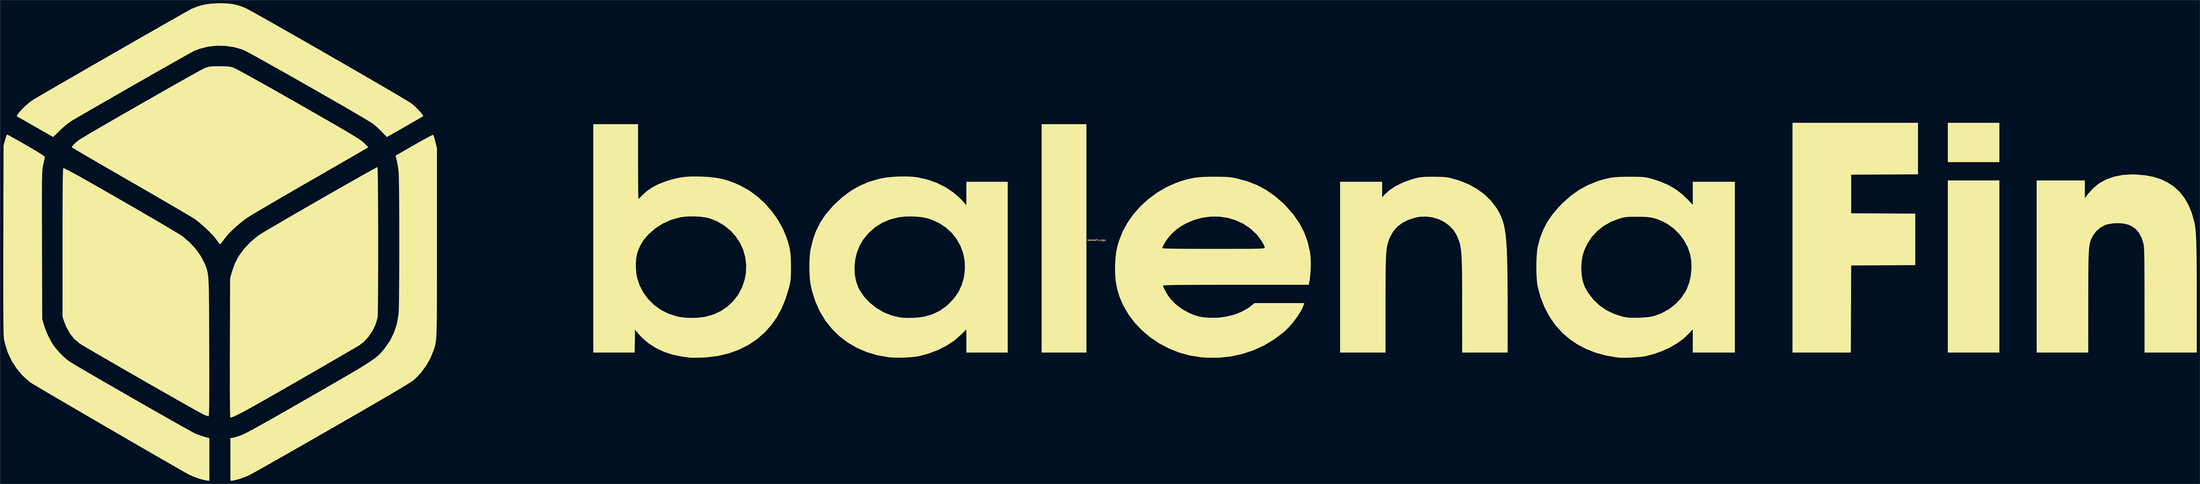
<source format=kicad_pcb>
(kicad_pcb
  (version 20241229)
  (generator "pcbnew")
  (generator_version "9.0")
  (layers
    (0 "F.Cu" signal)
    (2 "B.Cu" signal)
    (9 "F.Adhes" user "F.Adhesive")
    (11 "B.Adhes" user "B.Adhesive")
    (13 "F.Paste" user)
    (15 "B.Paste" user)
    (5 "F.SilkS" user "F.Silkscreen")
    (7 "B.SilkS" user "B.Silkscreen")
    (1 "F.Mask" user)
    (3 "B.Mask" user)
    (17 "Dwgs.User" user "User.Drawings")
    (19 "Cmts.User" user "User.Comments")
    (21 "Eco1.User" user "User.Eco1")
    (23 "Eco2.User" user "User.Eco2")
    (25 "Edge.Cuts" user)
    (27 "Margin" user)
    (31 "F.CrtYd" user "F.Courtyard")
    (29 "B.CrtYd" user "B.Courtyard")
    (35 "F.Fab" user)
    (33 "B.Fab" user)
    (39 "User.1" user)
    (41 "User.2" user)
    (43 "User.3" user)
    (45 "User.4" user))
  (footprint "balenaFin_logo"
    (layer "F.Cu")
    (at 1023.554 221.879)
    (property "Reference" "balenaFin_logo" (at 0 0 0) (layer "F.SilkS") (effects (font (size 1.524 1.524) (thickness 0.3))))
    (attr through_hole)
    (fp_poly (pts (xy -9.525 105.41) (xy -51.435 105.41) (xy -51.435 -108.585) (xy -9.525 -108.585) (xy -9.525 105.41)) (stroke (width 0.01) (type solid)) (fill yes) (layer "F.SilkS"))
    (fp_poly (pts (xy 845.185 -73.025) (xy 796.925 -73.025) (xy 796.925 -109.855) (xy 845.185 -109.855) (xy 845.185 -73.025)) (stroke (width 0.01) (type solid)) (fill yes) (layer "F.SilkS"))
    (fp_poly (pts (xy 845.185 105.41) (xy 796.925 105.41) (xy 796.925 -55.88) (xy 845.185 -55.88) (xy 845.185 105.41)) (stroke (width 0.01) (type solid)) (fill yes) (layer "F.SilkS"))
    (fp_poly (pts (xy 768.985 -61.607) (xy 706.438 -61.278) (xy 706.438 -25.082) (xy 736.441 -24.918) (xy 766.445 -24.753) (xy 766.445 23.483) (xy 706.438 23.812) (xy 706.111 105.41) (xy 651.51 105.41) (xy 651.51 -109.855) (xy 768.985 -109.855) (xy 768.985 -61.607)) (stroke (width 0.01) (type solid)) (fill yes) (layer "F.SilkS"))
    (fp_poly (pts (xy 973.773 -61.381) (xy 982.139 -60.606) (xy 989.569 -59.182) (xy 996.25 -57.046) (xy 1002.372 -54.136) (xy 1008.124 -50.391) (xy 1008.718 -49.944) (xy 1013.882 -45.229) (xy 1018.411 -39.482) (xy 1022.25 -32.801) (xy 1025.346 -25.282) (xy 1027.644 -17.023) (xy 1028.013 -15.24) (xy 1028.357 -13.277) (xy 1028.66 -11.077) (xy 1028.925 -8.554) (xy 1029.153 -5.623) (xy 1029.347 -2.198) (xy 1029.509 1.806) (xy 1029.643 6.474) (xy 1029.749 11.893) (xy 1029.831 18.147) (xy 1029.892 25.322) (xy 1029.932 33.504) (xy 1029.956 42.778) (xy 1029.964 53.229) (xy 1029.965 54.134) (xy 1029.97 105.41) (xy 981.075 105.41) (xy 981.064 56.674) (xy 981.058 47.256) (xy 981.044 39.025) (xy 981.019 31.897) (xy 980.984 25.787) (xy 980.936 20.613) (xy 980.873 16.29) (xy 980.795 12.735) (xy 980.7 9.864) (xy 980.587 7.594) (xy 980.454 5.84) (xy 980.299 4.52) (xy 980.155 3.7) (xy 978.439 -2.008) (xy 975.924 -6.755) (xy 972.623 -10.524) (xy 968.553 -13.295) (xy 965.097 -14.68) (xy 960.897 -15.537) (xy 956.113 -15.839) (xy 951.222 -15.601) (xy 946.701 -14.837) (xy 944.117 -14.039) (xy 939.853 -11.746) (xy 936.055 -8.469) (xy 933.017 -4.481) (xy 932.165 -2.924) (xy 931.5 -1.537) (xy 930.918 -0.197) (xy 930.415 1.189) (xy 929.984 2.712) (xy 929.619 4.464) (xy 929.315 6.536) (xy 929.067 9.021) (xy 928.868 12.01) (xy 928.714 15.595) (xy 928.597 19.867) (xy 928.514 24.918) (xy 928.457 30.839) (xy 928.422 37.724) (xy 928.403 45.662) (xy 928.394 54.746) (xy 928.392 58.261) (xy 928.37 105.41) (xy 880.11 105.41) (xy 880.11 -55.88) (xy 925.195 -55.88) (xy 925.195 -39.244) (xy 928.13 -43.149) (xy 933.075 -48.702) (xy 938.808 -53.269) (xy 945.309 -56.841) (xy 952.554 -59.409) (xy 960.523 -60.965) (xy 969.193 -61.499) (xy 973.773 -61.381)) (stroke (width 0.01) (type solid)) (fill yes) (layer "F.SilkS"))
    (fp_poly (pts (xy 320.266 -59.276) (xy 324.693 -59.096) (xy 328.101 -58.795) (xy 329.882 -58.501) (xy 339.423 -55.833) (xy 348.175 -52.306) (xy 356.084 -47.954) (xy 363.095 -42.817) (xy 369.154 -36.93) (xy 374.206 -30.331) (xy 376.221 -26.988) (xy 377.55 -24.472) (xy 378.736 -21.927) (xy 379.788 -19.27) (xy 380.713 -16.417) (xy 381.52 -13.287) (xy 382.216 -9.797) (xy 382.808 -5.864) (xy 383.306 -1.406) (xy 383.716 3.66) (xy 384.046 9.416) (xy 384.305 15.944) (xy 384.5 23.328) (xy 384.639 31.65) (xy 384.73 40.992) (xy 384.78 51.437) (xy 384.798 63.067) (xy 384.798 63.341) (xy 384.81 105.41) (xy 342.265 105.41) (xy 342.252 60.801) (xy 342.245 51.176) (xy 342.223 42.723) (xy 342.179 35.348) (xy 342.105 28.952) (xy 341.994 23.44) (xy 341.838 18.715) (xy 341.63 14.679) (xy 341.362 11.237) (xy 341.027 8.292) (xy 340.616 5.747) (xy 340.122 3.505) (xy 339.538 1.47) (xy 338.856 -0.455) (xy 338.069 -2.366) (xy 337.169 -4.36) (xy 337.129 -4.445) (xy 334.222 -9.246) (xy 330.354 -13.395) (xy 325.698 -16.821) (xy 320.424 -19.448) (xy 314.704 -21.204) (xy 308.708 -22.015) (xy 302.608 -21.808) (xy 298.432 -21.035) (xy 291.765 -18.889) (xy 286.121 -16.033) (xy 281.437 -12.415) (xy 277.646 -7.979) (xy 274.686 -2.671) (xy 273.748 -0.367) (xy 273.163 1.281) (xy 272.652 2.929) (xy 272.212 4.671) (xy 271.836 6.602) (xy 271.519 8.819) (xy 271.257 11.417) (xy 271.045 14.491) (xy 270.876 18.137) (xy 270.747 22.45) (xy 270.653 27.525) (xy 270.587 33.459) (xy 270.546 40.346) (xy 270.523 48.282) (xy 270.514 57.362) (xy 270.514 60.484) (xy 270.51 105.41) (xy 227.965 105.41) (xy 227.965 -54.61) (xy 267.335 -54.61) (xy 267.335 -40.033) (xy 269.975 -42.898) (xy 274.268 -46.778) (xy 279.661 -50.353) (xy 286.003 -53.544) (xy 293.146 -56.271) (xy 297.768 -57.655) (xy 300.172 -58.272) (xy 302.31 -58.715) (xy 304.478 -59.013) (xy 306.974 -59.195) (xy 310.094 -59.289) (xy 314.135 -59.326) (xy 314.96 -59.328) (xy 320.266 -59.276)) (stroke (width 0.01) (type solid)) (fill yes) (layer "F.SilkS"))
    (fp_poly (pts (xy -673.234 -68.291) (xy -673.14 -67.576) (xy -673.054 -65.689) (xy -672.974 -62.732) (xy -672.901 -58.802) (xy -672.835 -53.999) (xy -672.776 -48.423) (xy -672.724 -42.172) (xy -672.68 -35.345) (xy -672.642 -28.043) (xy -672.613 -20.364) (xy -672.59 -12.408) (xy -672.576 -4.273) (xy -672.569 3.94) (xy -672.569 12.133) (xy -672.577 20.207) (xy -672.594 28.061) (xy -672.618 35.598) (xy -672.65 42.717) (xy -672.69 49.32) (xy -672.738 55.307) (xy -672.794 60.579) (xy -672.859 65.036) (xy -672.932 68.58) (xy -673.014 71.111) (xy -673.104 72.53) (xy -673.129 72.707) (xy -674.928 78.967) (xy -677.807 85.012) (xy -681.599 90.583) (xy -686.132 95.418) (xy -689.87 98.374) (xy -690.78 98.937) (xy -692.711 100.087) (xy -695.586 101.78) (xy -699.326 103.968) (xy -703.853 106.606) (xy -709.087 109.649) (xy -714.95 113.051) (xy -721.363 116.767) (xy -728.248 120.749) (xy -735.526 124.954) (xy -743.119 129.334) (xy -747.201 131.687) (xy -757.076 137.37) (xy -765.911 142.439) (xy -773.763 146.924) (xy -780.687 150.855) (xy -786.739 154.263) (xy -791.973 157.178) (xy -796.446 159.63) (xy -800.212 161.649) (xy -803.328 163.265) (xy -805.848 164.509) (xy -807.829 165.41) (xy -809.325 165.999) (xy -810.393 166.306) (xy -810.935 166.37) (xy -811.053 165.77) (xy -811.155 163.965) (xy -811.241 160.948) (xy -811.311 156.712) (xy -811.365 151.25) (xy -811.402 144.556) (xy -811.425 136.622) (xy -811.431 127.441) (xy -811.421 117.006) (xy -811.396 105.311) (xy -811.384 101.124) (xy -811.188 35.877) (xy -809.519 29.801) (xy -806.826 22.139) (xy -803.071 14.983) (xy -798.209 8.27) (xy -792.195 1.937) (xy -784.983 -4.079) (xy -784.84 -4.186) (xy -783.713 -4.937) (xy -781.623 -6.231) (xy -778.661 -8.017) (xy -774.915 -10.245) (xy -770.475 -12.862) (xy -765.431 -15.817) (xy -759.872 -19.06) (xy -753.887 -22.538) (xy -747.566 -26.2) (xy -740.998 -29.995) (xy -734.273 -33.871) (xy -727.48 -37.777) (xy -720.709 -41.662) (xy -714.048 -45.474) (xy -707.589 -49.162) (xy -701.419 -52.675) (xy -695.629 -55.961) (xy -690.308 -58.968) (xy -685.545 -61.646) (xy -681.43 -63.943) (xy -678.052 -65.807) (xy -675.501 -67.188) (xy -673.866 -68.034) (xy -673.236 -68.293) (xy -673.234 -68.291)) (stroke (width 0.01) (type solid)) (fill yes) (layer "F.SilkS"))
    (fp_poly (pts (xy -966.919 -67.3) (xy -965.919 -66.905) (xy -964.286 -66.124) (xy -961.974 -64.932) (xy -958.936 -63.303) (xy -955.127 -61.213) (xy -950.5 -58.634) (xy -945.009 -55.542) (xy -938.607 -51.911) (xy -931.248 -47.716) (xy -922.887 -42.93) (xy -913.477 -37.529) (xy -913.358 -37.46) (xy -905.68 -33.039) (xy -898.239 -28.739) (xy -891.121 -24.607) (xy -884.408 -20.695) (xy -878.184 -17.052) (xy -872.534 -13.726) (xy -867.542 -10.767) (xy -863.29 -8.226) (xy -859.864 -6.15) (xy -857.347 -4.59) (xy -855.823 -3.596) (xy -855.566 -3.41) (xy -849.201 2.02) (xy -843.649 7.977) (xy -839.055 14.283) (xy -835.563 20.761) (xy -835.13 21.768) (xy -834.479 23.327) (xy -833.899 24.736) (xy -833.387 26.075) (xy -832.938 27.425) (xy -832.547 28.866) (xy -832.211 30.476) (xy -831.924 32.337) (xy -831.683 34.527) (xy -831.482 37.128) (xy -831.318 40.218) (xy -831.185 43.878) (xy -831.08 48.188) (xy -830.998 53.228) (xy -830.935 59.077) (xy -830.885 65.816) (xy -830.846 73.524) (xy -830.811 82.281) (xy -830.777 92.168) (xy -830.75 100.489) (xy -830.715 111.269) (xy -830.691 120.843) (xy -830.677 129.276) (xy -830.674 136.632) (xy -830.682 142.974) (xy -830.703 148.368) (xy -830.736 152.878) (xy -830.783 156.567) (xy -830.844 159.5) (xy -830.919 161.742) (xy -831.01 163.356) (xy -831.116 164.407) (xy -831.238 164.959) (xy -831.348 165.085) (xy -832.348 164.847) (xy -834.085 164.246) (xy -835.66 163.626) (xy -836.742 163.09) (xy -838.83 161.969) (xy -841.832 160.317) (xy -845.656 158.186) (xy -850.208 155.631) (xy -855.398 152.702) (xy -861.131 149.454) (xy -867.317 145.94) (xy -873.862 142.212) (xy -880.674 138.324) (xy -887.662 134.327) (xy -894.732 130.276) (xy -901.791 126.224) (xy -908.749 122.222) (xy -915.512 118.325) (xy -921.988 114.585) (xy -928.085 111.055) (xy -933.71 107.788) (xy -938.771 104.837) (xy -943.175 102.255) (xy -946.831 100.094) (xy -949.646 98.409) (xy -951.526 97.252) (xy -952.22 96.797) (xy -957.16 92.55) (xy -961.322 87.308) (xy -964.712 81.062) (xy -966.265 77.153) (xy -968.058 72.073) (xy -968.058 2.731) (xy -968.054 -8.982) (xy -968.042 -19.47) (xy -968.022 -28.781) (xy -967.993 -36.961) (xy -967.955 -44.056) (xy -967.907 -50.112) (xy -967.849 -55.175) (xy -967.78 -59.291) (xy -967.699 -62.508) (xy -967.607 -64.87) (xy -967.503 -66.425) (xy -967.386 -67.218) (xy -967.333 -67.336) (xy -966.919 -67.3)) (stroke (width 0.01) (type solid)) (fill yes) (layer "F.SilkS"))
    (fp_poly (pts (xy -172.328 -59.325) (xy -167.572 -58.773) (xy -158.366 -56.694) (xy -149.631 -53.598) (xy -141.501 -49.556) (xy -134.109 -44.638) (xy -127.592 -38.913) (xy -125.754 -36.969) (xy -121.92 -32.72) (xy -121.92 -54.61) (xy -83.185 -54.61) (xy -83.185 105.41) (xy -121.92 105.41) (xy -121.92 83.639) (xy -126.58 88.375) (xy -132.836 93.882) (xy -140.095 98.749) (xy -148.226 102.909) (xy -157.1 106.293) (xy -165.735 108.649) (xy -169.34 109.265) (xy -173.835 109.741) (xy -178.845 110.062) (xy -183.996 110.213) (xy -188.913 110.179) (xy -193.223 109.946) (xy -194.627 109.801) (xy -205.209 107.929) (xy -215.162 104.975) (xy -224.439 100.986) (xy -232.989 96.005) (xy -240.767 90.078) (xy -247.723 83.249) (xy -253.809 75.563) (xy -258.978 67.065) (xy -263.18 57.799) (xy -266.369 47.811) (xy -267.695 41.91) (xy -268.303 37.655) (xy -268.697 32.553) (xy -268.877 26.977) (xy -268.868 25.321) (xy -226.64 25.321) (xy -226.38 32.11) (xy -225.174 38.614) (xy -223.007 44.618) (xy -221.778 46.99) (xy -217.471 53.257) (xy -212.182 58.867) (xy -206.079 63.704) (xy -199.328 67.654) (xy -192.095 70.601) (xy -184.892 72.375) (xy -180.999 72.802) (xy -176.322 72.959) (xy -171.314 72.858) (xy -166.43 72.511) (xy -162.124 71.93) (xy -161.29 71.77) (xy -153.845 69.615) (xy -146.976 66.336) (xy -140.732 61.956) (xy -138.711 60.175) (xy -133.403 54.537) (xy -129.273 48.575) (xy -126.242 42.151) (xy -124.233 35.126) (xy -124.087 34.393) (xy -123.212 26.684) (xy -123.541 19.183) (xy -125.009 11.99) (xy -127.555 5.205) (xy -131.116 -1.07) (xy -135.628 -6.734) (xy -141.029 -11.686) (xy -147.257 -15.826) (xy -154.248 -19.052) (xy -158.115 -20.322) (xy -162.486 -21.256) (xy -167.671 -21.861) (xy -173.254 -22.122) (xy -178.819 -22.023) (xy -183.95 -21.549) (xy -185.35 -21.33) (xy -193.28 -19.336) (xy -200.588 -16.245) (xy -207.228 -12.086) (xy -213.154 -6.887) (xy -218.322 -0.677) (xy -218.516 -0.401) (xy -221.893 5.386) (xy -224.382 11.745) (xy -225.969 18.461) (xy -226.64 25.321) (xy -268.868 25.321) (xy -268.844 21.301) (xy -268.596 15.896) (xy -268.133 11.137) (xy -267.733 8.653) (xy -265.497 -0.528) (xy -262.506 -8.848) (xy -258.64 -16.529) (xy -253.785 -23.791) (xy -247.822 -30.854) (xy -245.428 -33.344) (xy -237.811 -40.348) (xy -229.977 -46.164) (xy -221.777 -50.876) (xy -213.067 -54.565) (xy -203.7 -57.311) (xy -201.591 -57.785) (xy -196.45 -58.646) (xy -190.553 -59.242) (xy -184.3 -59.562) (xy -178.092 -59.593) (xy -172.328 -59.325)) (stroke (width 0.01) (type solid)) (fill yes) (layer "F.SilkS"))
    (fp_poly (pts (xy 504.012 -59.295) (xy 507.573 -59.234) (xy 510.357 -59.119) (xy 512.609 -58.93) (xy 514.577 -58.643) (xy 516.506 -58.239) (xy 518.643 -57.695) (xy 518.849 -57.64) (xy 527.511 -54.914) (xy 535.189 -51.61) (xy 542.08 -47.616) (xy 548.381 -42.817) (xy 553.885 -37.534) (xy 558.165 -32.996) (xy 558.165 -54.61) (xy 597.535 -54.61) (xy 597.535 105.41) (xy 558.165 105.41) (xy 558.165 83.566) (xy 554.833 87.305) (xy 549.902 92.048) (xy 543.919 96.472) (xy 537.085 100.471) (xy 529.601 103.943) (xy 521.667 106.782) (xy 513.482 108.883) (xy 513.398 108.9) (xy 510.816 109.299) (xy 507.357 109.652) (xy 503.362 109.943) (xy 499.173 110.157) (xy 495.13 110.275) (xy 491.576 110.282) (xy 488.852 110.162) (xy 488.315 110.107) (xy 477.578 108.333) (xy 467.708 105.708) (xy 458.589 102.188) (xy 450.11 97.73) (xy 442.986 92.921) (xy 435.895 86.815) (xy 429.565 79.742) (xy 424.049 71.79) (xy 419.401 63.048) (xy 415.675 53.604) (xy 412.978 43.789) (xy 412.438 40.41) (xy 412.047 36.076) (xy 411.806 31.09) (xy 411.735 26.988) (xy 453.829 26.988) (xy 454.156 33.207) (xy 455.169 38.654) (xy 456.971 43.68) (xy 459.66 48.641) (xy 460.285 49.613) (xy 465.189 55.936) (xy 470.972 61.372) (xy 477.558 65.87) (xy 484.867 69.377) (xy 492.822 71.843) (xy 494.03 72.112) (xy 497.414 72.587) (xy 501.664 72.823) (xy 506.403 72.833) (xy 511.26 72.629) (xy 515.859 72.225) (xy 519.827 71.634) (xy 521.97 71.133) (xy 529.257 68.416) (xy 535.953 64.681) (xy 541.935 60.03) (xy 547.077 54.566) (xy 551.252 48.392) (xy 552.425 46.158) (xy 554.728 40.218) (xy 556.243 33.613) (xy 556.937 26.701) (xy 556.774 19.841) (xy 555.719 13.391) (xy 555.645 13.096) (xy 553.282 6.343) (xy 549.807 -0.038) (xy 545.363 -5.879) (xy 540.093 -11.014) (xy 534.138 -15.274) (xy 529.492 -17.712) (xy 525.917 -19.211) (xy 522.611 -20.316) (xy 519.269 -21.08) (xy 515.587 -21.555) (xy 511.261 -21.795) (xy 505.986 -21.853) (xy 505.777 -21.852) (xy 501.685 -21.823) (xy 498.572 -21.745) (xy 496.148 -21.587) (xy 494.122 -21.319) (xy 492.205 -20.908) (xy 490.105 -20.325) (xy 489.291 -20.079) (xy 481.644 -17.141) (xy 474.766 -13.251) (xy 468.721 -8.463) (xy 463.573 -2.828) (xy 459.385 3.6) (xy 458.461 5.397) (xy 456.401 10.115) (xy 455.006 14.626) (xy 454.186 19.353) (xy 453.849 24.717) (xy 453.829 26.988) (xy 411.735 26.988) (xy 411.714 25.758) (xy 411.772 20.385) (xy 411.979 15.277) (xy 412.335 10.738) (xy 412.84 7.073) (xy 412.986 6.35) (xy 415.261 -2.158) (xy 418.278 -9.966) (xy 422.149 -17.274) (xy 426.99 -24.283) (xy 432.913 -31.192) (xy 436.358 -34.712) (xy 443.869 -41.412) (xy 451.634 -46.954) (xy 459.829 -51.446) (xy 468.627 -54.997) (xy 469.05 -55.14) (xy 473.408 -56.526) (xy 477.335 -57.582) (xy 481.122 -58.348) (xy 485.063 -58.864) (xy 489.449 -59.17) (xy 494.574 -59.308) (xy 499.428 -59.323) (xy 504.012 -59.295)) (stroke (width 0.01) (type solid)) (fill yes) (layer "F.SilkS"))
    (fp_poly (pts (xy -429.26 -73.66) (xy -429.253 -67.133) (xy -429.234 -61.002) (xy -429.202 -55.383) (xy -429.161 -50.39) (xy -429.111 -46.138) (xy -429.053 -42.741) (xy -428.988 -40.314) (xy -428.919 -38.972) (xy -428.874 -38.735) (xy -428.275 -39.156) (xy -427.043 -40.269) (xy -425.424 -41.85) (xy -425.115 -42.162) (xy -420.911 -45.956) (xy -416.237 -49.202) (xy -410.86 -52.032) (xy -404.545 -54.583) (xy -401.699 -55.556) (xy -396.17 -57.208) (xy -390.965 -58.392) (xy -385.733 -59.151) (xy -380.121 -59.53) (xy -373.779 -59.574) (xy -370.579 -59.496) (xy -363.074 -59.1) (xy -356.494 -58.384) (xy -350.521 -57.272) (xy -344.835 -55.69) (xy -339.115 -53.565) (xy -333.043 -50.824) (xy -333.015 -50.811) (xy -324.973 -46.248) (xy -317.329 -40.602) (xy -310.226 -34.03) (xy -303.803 -26.692) (xy -298.202 -18.747) (xy -293.563 -10.355) (xy -290.324 -2.54) (xy -288.851 1.918) (xy -287.751 5.916) (xy -286.975 9.777) (xy -286.476 13.828) (xy -286.204 18.392) (xy -286.112 23.793) (xy -286.113 25.718) (xy -286.138 30.027) (xy -286.202 33.353) (xy -286.334 35.981) (xy -286.563 38.196) (xy -286.918 40.285) (xy -287.43 42.533) (xy -288.11 45.165) (xy -291.195 55.162) (xy -294.904 64.149) (xy -299.31 72.259) (xy -304.486 79.625) (xy -310.506 86.381) (xy -310.845 86.719) (xy -318.076 93.016) (xy -326.125 98.38) (xy -334.915 102.781) (xy -344.37 106.189) (xy -354.415 108.573) (xy -364.975 109.905) (xy -370.205 110.162) (xy -373.661 110.226) (xy -376.808 110.245) (xy -379.357 110.219) (xy -381.018 110.15) (xy -381.317 110.118) (xy -382.881 109.9) (xy -385.223 109.578) (xy -387.863 109.219) (xy -388.121 109.184) (xy -396.628 107.496) (xy -404.763 104.821) (xy -412.365 101.245) (xy -419.272 96.852) (xy -425.322 91.725) (xy -428.625 88.151) (xy -432.118 83.969) (xy -432.291 94.689) (xy -432.465 105.41) (xy -471.17 105.41) (xy -471.17 21.782) (xy -431.321 21.782) (xy -431.291 26.656) (xy -430.911 31.336) (xy -430.211 35.242) (xy -427.736 42.611) (xy -424.19 49.383) (xy -419.666 55.474) (xy -414.256 60.8) (xy -408.053 65.274) (xy -401.149 68.812) (xy -393.636 71.329) (xy -390.207 72.083) (xy -385.094 72.727) (xy -379.316 72.949) (xy -373.407 72.755) (xy -367.898 72.152) (xy -365.871 71.786) (xy -358.407 69.628) (xy -351.564 66.408) (xy -345.425 62.218) (xy -340.073 57.147) (xy -335.59 51.285) (xy -332.06 44.721) (xy -329.566 37.546) (xy -328.337 31.147) (xy -327.997 23.563) (xy -328.854 16.198) (xy -330.836 9.156) (xy -333.876 2.543) (xy -337.903 -3.536) (xy -342.849 -8.976) (xy -348.644 -13.672) (xy -355.219 -17.519) (xy -362.267 -20.336) (xy -365.939 -21.199) (xy -370.478 -21.801) (xy -375.506 -22.13) (xy -380.645 -22.173) (xy -385.515 -21.915) (xy -389.74 -21.344) (xy -389.952 -21.302) (xy -398.206 -19.008) (xy -405.901 -15.575) (xy -413.008 -11.019) (xy -419.43 -5.425) (xy -423.987 -0.155) (xy -427.409 5.434) (xy -429.826 11.568) (xy -430.32 13.335) (xy -430.998 17.184) (xy -431.321 21.782) (xy -471.17 21.782) (xy -471.17 -108.585) (xy -429.26 -108.585) (xy -429.26 -73.66)) (stroke (width 0.01) (type solid)) (fill yes) (layer "F.SilkS"))
    (fp_poly (pts (xy -1019.556 -98.691) (xy -1017.993 -97.886) (xy -1015.597 -96.584) (xy -1012.499 -94.86) (xy -1008.831 -92.786) (xy -1004.724 -90.434) (xy -1002.029 -88.877) (xy -996.626 -85.721) (xy -992.29 -83.133) (xy -988.966 -81.08) (xy -986.603 -79.526) (xy -985.149 -78.439) (xy -984.549 -77.785) (xy -984.535 -77.642) (xy -984.802 -76.667) (xy -985.245 -74.758) (xy -985.793 -72.23) (xy -986.171 -70.408) (xy -986.374 -69.382) (xy -986.554 -68.362) (xy -986.713 -67.273) (xy -986.851 -66.035) (xy -986.97 -64.574) (xy -987.071 -62.811) (xy -987.154 -60.67) (xy -987.221 -58.073) (xy -987.274 -54.944) (xy -987.312 -51.206) (xy -987.339 -46.781) (xy -987.353 -41.593) (xy -987.357 -35.565) (xy -987.352 -28.619) (xy -987.339 -20.679) (xy -987.319 -11.668) (xy -987.293 -1.509) (xy -987.275 4.955) (xy -987.088 73.978) (xy -985.622 79.058) (xy -983.623 84.844) (xy -980.991 90.788) (xy -977.994 96.308) (xy -976.598 98.5) (xy -974.269 101.586) (xy -971.314 104.965) (xy -968.061 108.301) (xy -964.837 111.26) (xy -961.97 113.507) (xy -961.869 113.576) (xy -960.456 114.478) (xy -958.062 115.934) (xy -954.78 117.891) (xy -950.702 120.297) (xy -945.919 123.099) (xy -940.524 126.243) (xy -934.609 129.678) (xy -928.264 133.351) (xy -921.584 137.209) (xy -914.658 141.199) (xy -907.58 145.268) (xy -900.44 149.364) (xy -893.332 153.434) (xy -886.347 157.426) (xy -879.577 161.286) (xy -873.113 164.962) (xy -867.049 168.401) (xy -861.475 171.551) (xy -856.484 174.359) (xy -852.168 176.771) (xy -848.618 178.736) (xy -845.926 180.201) (xy -844.186 181.112) (xy -843.631 181.374) (xy -840.654 182.522) (xy -837.504 183.625) (xy -834.816 184.461) (xy -834.582 184.525) (xy -830.58 185.608) (xy -830.58 225.425) (xy -832.326 225.391) (xy -833.728 225.2) (xy -835.938 224.719) (xy -838.556 224.04) (xy -839.47 223.78) (xy -842.747 222.687) (xy -846.308 221.292) (xy -849.422 219.882) (xy -849.63 219.777) (xy -850.962 219.059) (xy -853.278 217.765) (xy -856.499 215.94) (xy -860.544 213.631) (xy -865.336 210.884) (xy -870.793 207.746) (xy -876.837 204.262) (xy -883.387 200.479) (xy -890.365 196.443) (xy -897.691 192.2) (xy -905.286 187.797) (xy -913.069 183.28) (xy -920.961 178.695) (xy -928.884 174.088) (xy -936.756 169.506) (xy -944.5 164.995) (xy -952.034 160.601) (xy -959.28 156.37) (xy -966.158 152.349) (xy -972.589 148.583) (xy -978.493 145.12) (xy -983.791 142.005) (xy -988.403 139.285) (xy -992.249 137.005) (xy -995.25 135.213) (xy -997.326 133.953) (xy -998.399 133.274) (xy -998.487 133.211) (xy -1005.045 127.416) (xy -1010.763 120.754) (xy -1015.548 113.378) (xy -1019.31 105.443) (xy -1021.958 97.1) (xy -1022.956 92.075) (xy -1023.068 90.967) (xy -1023.167 89.142) (xy -1023.255 86.557) (xy -1023.331 83.168) (xy -1023.395 78.932) (xy -1023.447 73.806) (xy -1023.489 67.745) (xy -1023.519 60.706) (xy -1023.539 52.646) (xy -1023.549 43.522) (xy -1023.548 33.291) (xy -1023.537 21.907) (xy -1023.517 9.329) (xy -1023.497 -0.635) (xy -1023.299 -88.582) (xy -1021.871 -93.611) (xy -1021.178 -95.965) (xy -1020.593 -97.807) (xy -1020.214 -98.827) (xy -1020.154 -98.928) (xy -1019.556 -98.691)) (stroke (width 0.01) (type solid)) (fill yes) (layer "F.SilkS"))
    (fp_poly (pts (xy -817.223 -162.83) (xy -814.357 -162.73) (xy -812.157 -162.525) (xy -810.32 -162.181) (xy -808.543 -161.665) (xy -807.72 -161.382) (xy -806.601 -160.866) (xy -804.461 -159.761) (xy -801.379 -158.113) (xy -797.435 -155.964) (xy -792.71 -153.361) (xy -787.282 -150.346) (xy -781.232 -146.965) (xy -774.639 -143.262) (xy -767.583 -139.281) (xy -760.145 -135.067) (xy -752.403 -130.665) (xy -746.811 -127.475) (xy -737.484 -122.143) (xy -729.196 -117.398) (xy -721.881 -113.2) (xy -715.472 -109.51) (xy -709.904 -106.287) (xy -705.11 -103.494) (xy -701.024 -101.089) (xy -697.58 -99.033) (xy -694.713 -97.288) (xy -692.355 -95.813) (xy -690.441 -94.57) (xy -688.904 -93.518) (xy -687.679 -92.618) (xy -686.699 -91.83) (xy -685.898 -91.116) (xy -685.851 -91.072) (xy -684.05 -89.301) (xy -682.713 -87.864) (xy -682.028 -86.97) (xy -681.99 -86.792) (xy -682.573 -86.437) (xy -684.183 -85.493) (xy -686.744 -84.002) (xy -690.182 -82.008) (xy -694.421 -79.553) (xy -699.388 -76.682) (xy -705.007 -73.437) (xy -711.203 -69.862) (xy -717.902 -65.999) (xy -725.029 -61.893) (xy -732.509 -57.585) (xy -736.6 -55.23) (xy -744.356 -50.76) (xy -751.879 -46.411) (xy -759.086 -42.232) (xy -765.892 -38.272) (xy -772.214 -34.58) (xy -777.97 -31.205) (xy -783.076 -28.196) (xy -787.447 -25.602) (xy -791.002 -23.472) (xy -793.657 -21.854) (xy -795.327 -20.798) (xy -795.714 -20.535) (xy -800.394 -16.99) (xy -804.974 -13.158) (xy -809.198 -9.274) (xy -812.81 -5.573) (xy -815.34 -2.572) (xy -817.018 -0.374) (xy -818.498 1.556) (xy -819.544 2.908) (xy -819.785 3.216) (xy -820.321 3.765) (xy -820.841 3.767) (xy -821.55 3.07) (xy -822.649 1.519) (xy -823.278 0.575) (xy -825.184 -1.937) (xy -827.87 -4.974) (xy -831.098 -8.304) (xy -834.626 -11.696) (xy -838.216 -14.917) (xy -841.627 -17.737) (xy -844.173 -19.622) (xy -845.427 -20.422) (xy -847.699 -21.806) (xy -850.907 -23.724) (xy -854.968 -26.127) (xy -859.798 -28.969) (xy -865.315 -32.199) (xy -871.436 -35.77) (xy -878.078 -39.632) (xy -885.158 -43.738) (xy -892.592 -48.038) (xy -900.298 -52.485) (xy -904.165 -54.712) (xy -911.852 -59.141) (xy -919.223 -63.397) (xy -926.204 -67.437) (xy -932.723 -71.218) (xy -938.703 -74.696) (xy -944.072 -77.828) (xy -948.755 -80.57) (xy -952.678 -82.88) (xy -955.766 -84.714) (xy -957.946 -86.029) (xy -959.144 -86.782) (xy -959.361 -86.946) (xy -959.044 -87.72) (xy -957.964 -89.047) (xy -956.353 -90.685) (xy -954.441 -92.397) (xy -953.023 -93.527) (xy -951.899 -94.273) (xy -949.774 -95.582) (xy -946.74 -97.403) (xy -942.887 -99.684) (xy -938.308 -102.371) (xy -933.093 -105.414) (xy -927.334 -108.759) (xy -921.122 -112.354) (xy -914.548 -116.146) (xy -907.705 -120.085) (xy -900.682 -124.117) (xy -893.573 -128.19) (xy -886.467 -132.252) (xy -879.457 -136.25) (xy -872.633 -140.133) (xy -866.088 -143.848) (xy -859.912 -147.342) (xy -854.197 -150.563) (xy -849.033 -153.46) (xy -844.514 -155.98) (xy -840.729 -158.07) (xy -837.77 -159.678) (xy -835.729 -160.753) (xy -834.707 -161.237) (xy -832.807 -161.892) (xy -831.089 -162.344) (xy -829.25 -162.63) (xy -826.982 -162.787) (xy -823.981 -162.85) (xy -821.055 -162.858) (xy -817.223 -162.83)) (stroke (width 0.01) (type solid)) (fill yes) (layer "F.SilkS"))
    (fp_poly (pts (xy -620.656 -97.811) (xy -620.109 -96.07) (xy -619.448 -93.684) (xy -619.036 -92.075) (xy -617.538 -86.043) (xy -617.538 2.223) (xy -617.537 14.777) (xy -617.538 26.129) (xy -617.542 36.344) (xy -617.551 45.492) (xy -617.567 53.637) (xy -617.592 60.848) (xy -617.628 67.191) (xy -617.676 72.734) (xy -617.74 77.544) (xy -617.82 81.688) (xy -617.919 85.232) (xy -618.039 88.245) (xy -618.182 90.792) (xy -618.35 92.942) (xy -618.544 94.761) (xy -618.768 96.317) (xy -619.021 97.675) (xy -619.308 98.905) (xy -619.629 100.072) (xy -619.987 101.244) (xy -620.384 102.487) (xy -620.506 102.87) (xy -623.427 110.223) (xy -627.356 117.307) (xy -632.106 123.845) (xy -637.489 129.558) (xy -639.763 131.538) (xy -641.068 132.472) (xy -643.401 133.98) (xy -646.77 136.065) (xy -651.183 138.733) (xy -656.648 141.987) (xy -663.172 145.833) (xy -670.763 150.275) (xy -679.428 155.317) (xy -689.176 160.964) (xy -700.014 167.221) (xy -711.95 174.092) (xy -716.28 176.581) (xy -725.197 181.699) (xy -733.874 186.673) (xy -742.24 191.461) (xy -750.225 196.023) (xy -757.758 200.319) (xy -764.768 204.31) (xy -771.186 207.955) (xy -776.94 211.214) (xy -781.96 214.048) (xy -786.176 216.415) (xy -789.516 218.276) (xy -791.911 219.591) (xy -793.289 220.32) (xy -793.433 220.39) (xy -796.558 221.744) (xy -799.984 223.023) (xy -803.38 224.125) (xy -806.418 224.946) (xy -808.767 225.382) (xy -809.453 225.425) (xy -810.895 225.425) (xy -810.895 185.42) (xy -809.466 185.394) (xy -808.268 185.183) (xy -806.213 184.639) (xy -803.638 183.855) (xy -802.005 183.316) (xy -800.835 182.879) (xy -799.401 182.263) (xy -797.639 181.435) (xy -795.484 180.357) (xy -792.873 178.996) (xy -789.741 177.315) (xy -786.025 175.279) (xy -781.66 172.852) (xy -776.582 170.001) (xy -770.728 166.688) (xy -764.032 162.879) (xy -756.432 158.538) (xy -747.863 153.63) (xy -738.261 148.119) (xy -738.12 148.038) (xy -728.397 142.452) (xy -719.708 137.454) (xy -711.989 133) (xy -705.17 129.048) (xy -699.187 125.554) (xy -693.971 122.474) (xy -689.456 119.765) (xy -685.576 117.384) (xy -682.262 115.288) (xy -679.45 113.433) (xy -677.071 111.775) (xy -675.059 110.272) (xy -673.347 108.88) (xy -671.868 107.555) (xy -670.556 106.254) (xy -669.343 104.935) (xy -668.163 103.553) (xy -666.949 102.065) (xy -666.595 101.626) (xy -661.611 94.468) (xy -657.788 86.834) (xy -655.104 78.668) (xy -653.537 69.917) (xy -653.427 68.862) (xy -653.321 67.106) (xy -653.224 64.198) (xy -653.138 60.25) (xy -653.061 55.374) (xy -652.994 49.682) (xy -652.937 43.286) (xy -652.89 36.3) (xy -652.853 28.835) (xy -652.826 21.003) (xy -652.808 12.916) (xy -652.8 4.687) (xy -652.802 -3.571) (xy -652.814 -11.748) (xy -652.836 -19.729) (xy -652.867 -27.404) (xy -652.909 -34.66) (xy -652.96 -41.385) (xy -653.021 -47.466) (xy -653.092 -52.791) (xy -653.173 -57.248) (xy -653.263 -60.725) (xy -653.364 -63.11) (xy -653.426 -63.949) (xy -653.841 -67.295) (xy -654.387 -70.767) (xy -654.969 -73.778) (xy -655.173 -74.653) (xy -656.273 -79.058) (xy -638.869 -89.086) (xy -634.601 -91.521) (xy -630.683 -93.712) (xy -627.251 -95.586) (xy -624.438 -97.072) (xy -622.38 -98.097) (xy -621.212 -98.59) (xy -621 -98.611) (xy -620.656 -97.811)) (stroke (width 0.01) (type solid)) (fill yes) (layer "F.SilkS"))
    (fp_poly (pts (xy 115.344 -59.315) (xy 119.185 -59.244) (xy 122.268 -59.109) (xy 124.851 -58.892) (xy 127.19 -58.575) (xy 129.542 -58.139) (xy 130.612 -57.913) (xy 140.752 -55.185) (xy 150.096 -51.547) (xy 158.787 -46.92) (xy 166.968 -41.224) (xy 174.782 -34.379) (xy 177.545 -31.604) (xy 184.354 -23.777) (xy 189.942 -15.679) (xy 194.34 -7.247) (xy 197.582 1.583) (xy 199.699 10.874) (xy 200.034 13.107) (xy 200.406 17.308) (xy 200.534 22.254) (xy 200.43 27.477) (xy 200.105 32.51) (xy 199.573 36.887) (xy 199.386 37.941) (xy 198.619 41.91) (xy 130.425 41.91) (xy 118.734 41.914) (xy 108.272 41.927) (xy 98.998 41.948) (xy 90.871 41.979) (xy 83.85 42.019) (xy 77.894 42.069) (xy 72.962 42.13) (xy 69.014 42.202) (xy 66.007 42.286) (xy 63.902 42.381) (xy 62.657 42.488) (xy 62.231 42.608) (xy 62.23 42.613) (xy 62.572 43.937) (xy 63.485 45.993) (xy 64.804 48.477) (xy 66.361 51.089) (xy 67.989 53.526) (xy 69.036 54.912) (xy 74.082 60.183) (xy 80.096 64.691) (xy 85.407 67.664) (xy 89.936 69.723) (xy 94.046 71.162) (xy 98.211 72.1) (xy 102.904 72.658) (xy 105.799 72.842) (xy 113.789 72.759) (xy 121.599 71.746) (xy 129.029 69.861) (xy 135.884 67.161) (xy 141.965 63.704) (xy 144.894 61.513) (xy 147.865 59.055) (xy 194.396 59.055) (xy 193.967 60.484) (xy 192.57 63.958) (xy 190.375 67.979) (xy 187.565 72.29) (xy 184.325 76.637) (xy 180.84 80.762) (xy 177.293 84.409) (xy 175.702 85.848) (xy 166.744 92.736) (xy 157.185 98.524) (xy 147.096 103.191) (xy 136.544 106.715) (xy 125.598 109.075) (xy 114.328 110.25) (xy 102.802 110.22) (xy 97.472 109.799) (xy 87.261 108.159) (xy 77.337 105.409) (xy 67.807 101.621) (xy 58.78 96.868) (xy 50.362 91.224) (xy 42.662 84.762) (xy 35.787 77.555) (xy 29.844 69.675) (xy 24.941 61.196) (xy 24.463 60.217) (xy 21.375 52.879) (xy 19.182 45.529) (xy 17.831 37.886) (xy 17.27 29.672) (xy 17.34 22.86) (xy 17.688 16.951) (xy 18.28 11.849) (xy 19.096 7.602) (xy 61.595 7.602) (xy 62.18 7.742) (xy 63.942 7.864) (xy 66.893 7.97) (xy 71.044 8.058) (xy 76.408 8.13) (xy 82.996 8.186) (xy 90.819 8.225) (xy 99.89 8.248) (xy 109.537 8.255) (xy 118.52 8.253) (xy 126.315 8.247) (xy 133.006 8.234) (xy 138.676 8.212) (xy 143.408 8.181) (xy 147.284 8.138) (xy 150.389 8.081) (xy 152.804 8.009) (xy 154.614 7.92) (xy 155.9 7.812) (xy 156.746 7.684) (xy 157.234 7.533) (xy 157.448 7.357) (xy 157.48 7.233) (xy 157.081 5.648) (xy 155.996 3.387) (xy 154.391 0.718) (xy 152.433 -2.095) (xy 150.286 -4.784) (xy 149.225 -5.968) (xy 143.476 -11.197) (xy 137.043 -15.428) (xy 130.055 -18.644) (xy 122.638 -20.824) (xy 114.921 -21.949) (xy 107.03 -22) (xy 99.094 -20.958) (xy 91.24 -18.802) (xy 84.222 -15.833) (xy 79.447 -13.222) (xy 75.44 -10.47) (xy 71.718 -7.22) (xy 69.28 -4.731) (xy 67.383 -2.498) (xy 65.501 0.065) (xy 63.813 2.673) (xy 62.495 5.044) (xy 61.723 6.892) (xy 61.595 7.602) (xy 19.096 7.602) (xy 19.192 7.104) (xy 20.497 2.264) (xy 21.005 0.635) (xy 24.448 -8.072) (xy 29.028 -16.436) (xy 34.639 -24.353) (xy 41.169 -31.717) (xy 48.512 -38.424) (xy 56.556 -44.368) (xy 65.194 -49.445) (xy 74.317 -53.548) (xy 78.919 -55.169) (xy 83.415 -56.531) (xy 87.51 -57.574) (xy 91.493 -58.336) (xy 95.653 -58.855) (xy 100.279 -59.169) (xy 105.66 -59.317) (xy 110.49 -59.341) (xy 115.344 -59.315)) (stroke (width 0.01) (type solid)) (fill yes) (layer "F.SilkS"))
    (fp_poly (pts (xy -815.832 -221.798) (xy -811.163 -221.453) (xy -806.983 -220.772) (xy -802.91 -219.688) (xy -798.562 -218.132) (xy -797.242 -217.603) (xy -796.044 -217.02) (xy -793.829 -215.844) (xy -790.676 -214.121) (xy -786.666 -211.897) (xy -781.878 -209.217) (xy -776.392 -206.128) (xy -770.289 -202.676) (xy -763.649 -198.907) (xy -756.551 -194.867) (xy -749.076 -190.601) (xy -741.302 -186.157) (xy -733.312 -181.579) (xy -725.184 -176.914) (xy -716.998 -172.208) (xy -708.834 -167.506) (xy -700.773 -162.856) (xy -692.894 -158.302) (xy -685.278 -153.892) (xy -678.003 -149.67) (xy -671.152 -145.683) (xy -664.802 -141.977) (xy -659.035 -138.598) (xy -653.929 -135.591) (xy -649.566 -133.004) (xy -646.026 -130.881) (xy -643.387 -129.27) (xy -641.731 -128.215) (xy -641.28 -127.899) (xy -639.306 -126.254) (xy -637.17 -124.27) (xy -635.053 -122.143) (xy -633.135 -120.069) (xy -631.597 -118.245) (xy -630.621 -116.867) (xy -630.386 -116.131) (xy -630.407 -116.103) (xy -631.057 -115.684) (xy -632.671 -114.72) (xy -635.113 -113.29) (xy -638.241 -111.477) (xy -641.917 -109.361) (xy -646.003 -107.022) (xy -647.65 -106.083) (xy -664.427 -96.523) (xy -669.24 -101.498) (xy -671.661 -103.897) (xy -674.212 -106.256) (xy -676.507 -108.224) (xy -677.545 -109.031) (xy -678.901 -109.933) (xy -681.25 -111.389) (xy -684.501 -113.348) (xy -688.563 -115.757) (xy -693.343 -118.565) (xy -698.752 -121.719) (xy -704.698 -125.167) (xy -711.088 -128.859) (xy -717.833 -132.74) (xy -724.841 -136.76) (xy -732.021 -140.867) (xy -739.281 -145.008) (xy -746.529 -149.131) (xy -753.676 -153.185) (xy -760.629 -157.118) (xy -767.297 -160.877) (xy -773.59 -164.41) (xy -779.415 -167.666) (xy -784.681 -170.593) (xy -789.297 -173.138) (xy -793.173 -175.249) (xy -796.215 -176.875) (xy -798.335 -177.963) (xy -799.387 -178.444) (xy -807.316 -180.723) (xy -815.531 -181.933) (xy -823.818 -182.081) (xy -831.959 -181.172) (xy -839.74 -179.211) (xy -844.813 -177.236) (xy -845.86 -176.695) (xy -847.914 -175.573) (xy -850.884 -173.922) (xy -854.676 -171.796) (xy -859.2 -169.246) (xy -864.362 -166.325) (xy -870.069 -163.088) (xy -876.23 -159.585) (xy -882.753 -155.871) (xy -889.544 -151.998) (xy -896.512 -148.019) (xy -903.564 -143.987) (xy -910.607 -139.954) (xy -917.55 -135.974) (xy -924.299 -132.098) (xy -930.764 -128.381) (xy -936.85 -124.875) (xy -942.467 -121.633) (xy -947.52 -118.707) (xy -951.919 -116.15) (xy -955.571 -114.016) (xy -958.383 -112.357) (xy -960.263 -111.226) (xy -960.755 -110.919) (xy -962.863 -109.406) (xy -965.497 -107.263) (xy -968.313 -104.782) (xy -970.813 -102.406) (xy -973.016 -100.23) (xy -974.863 -98.424) (xy -976.187 -97.151) (xy -976.817 -96.575) (xy -976.846 -96.559) (xy -977.4 -96.872) (xy -978.921 -97.739) (xy -981.272 -99.082) (xy -984.317 -100.824) (xy -987.92 -102.887) (xy -991.946 -105.193) (xy -993.457 -106.059) (xy -997.632 -108.447) (xy -1001.46 -110.63) (xy -1004.801 -112.527) (xy -1007.514 -114.058) (xy -1009.456 -115.143) (xy -1010.486 -115.702) (xy -1010.602 -115.758) (xy -1010.778 -116.377) (xy -1010.13 -117.653) (xy -1008.806 -119.43) (xy -1006.957 -121.549) (xy -1004.731 -123.851) (xy -1002.278 -126.18) (xy -999.747 -128.378) (xy -997.287 -130.286) (xy -996.1 -131.101) (xy -994.879 -131.854) (xy -992.657 -133.178) (xy -989.514 -135.027) (xy -985.531 -137.354) (xy -980.788 -140.115) (xy -975.366 -143.262) (xy -969.345 -146.748) (xy -962.806 -150.529) (xy -955.829 -154.558) (xy -948.494 -158.787) (xy -940.883 -163.172) (xy -933.075 -167.666) (xy -925.152 -172.222) (xy -917.193 -176.794) (xy -909.28 -181.337) (xy -901.492 -185.804) (xy -893.911 -190.148) (xy -886.616 -194.323) (xy -879.688 -198.284) (xy -873.208 -201.983) (xy -867.256 -205.376) (xy -861.913 -208.414) (xy -857.26 -211.053) (xy -853.375 -213.245) (xy -850.342 -214.945) (xy -848.238 -216.106) (xy -847.146 -216.683) (xy -847.097 -216.706) (xy -841.484 -218.954) (xy -835.848 -220.512) (xy -829.83 -221.454) (xy -823.069 -221.852) (xy -821.372 -221.874) (xy -815.832 -221.798)) (stroke (width 0.01) (type solid)) (fill yes) (layer "F.SilkS")))
  (gr_rect
    (start -3 -3)
    (end 2056.529 450.309)
    (stroke (width 0.1) (type default))
    (fill no)
    (layer "Edge.Cuts")))
</source>
